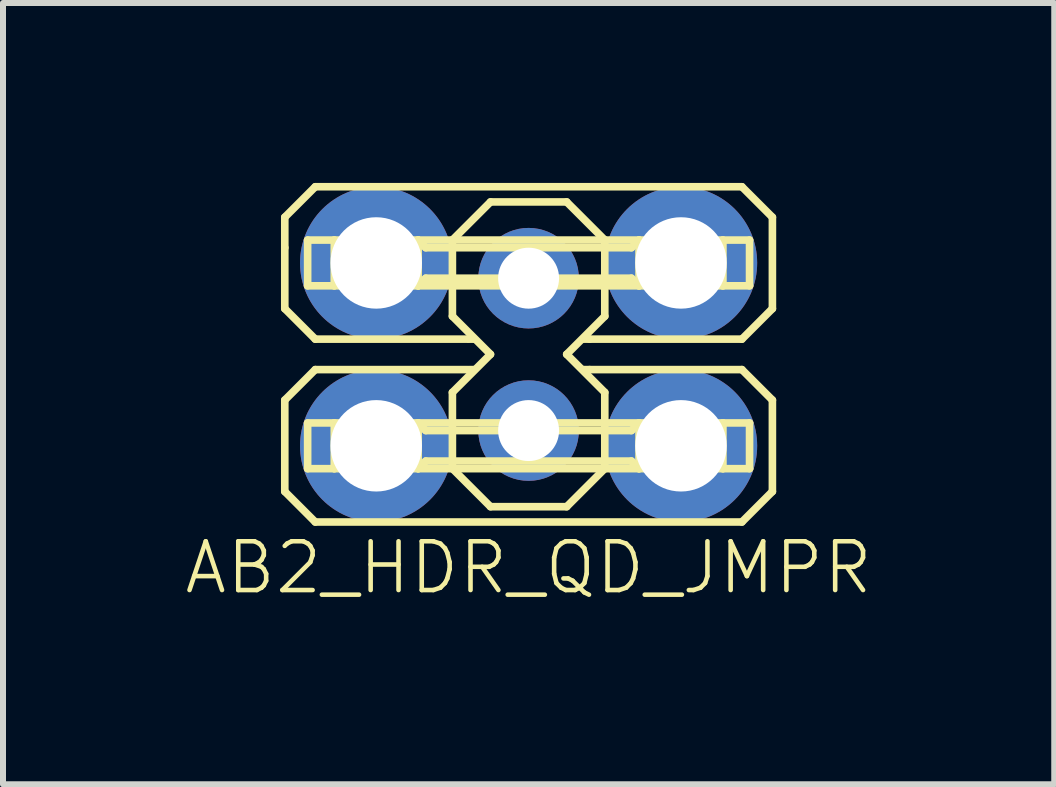
<source format=kicad_pcb>
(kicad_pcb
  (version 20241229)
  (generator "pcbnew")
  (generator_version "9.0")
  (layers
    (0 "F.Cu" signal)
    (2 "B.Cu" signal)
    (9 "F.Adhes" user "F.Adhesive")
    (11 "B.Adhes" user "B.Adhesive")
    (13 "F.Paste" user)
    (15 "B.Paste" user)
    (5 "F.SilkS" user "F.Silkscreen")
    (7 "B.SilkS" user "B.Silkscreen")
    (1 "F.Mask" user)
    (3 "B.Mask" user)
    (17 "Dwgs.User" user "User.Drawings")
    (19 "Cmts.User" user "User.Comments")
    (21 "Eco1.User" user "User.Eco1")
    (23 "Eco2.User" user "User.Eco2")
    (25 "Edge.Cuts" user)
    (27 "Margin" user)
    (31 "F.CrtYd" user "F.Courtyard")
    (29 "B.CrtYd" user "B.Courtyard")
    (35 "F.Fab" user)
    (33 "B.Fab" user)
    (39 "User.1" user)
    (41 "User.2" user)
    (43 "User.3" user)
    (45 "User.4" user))
  (footprint "AB2_HDR_QD_JMPR"
    (layer "F.Cu")
    (at 5.761 2.857)
    (property "Reference" "AB2_HDR_QD_JMPR" (at 0 3.556 0) (layer "F.SilkS") (effects (font (size 0.813 0.813) (thickness 0.076))))
    (attr through_hole)
    (fp_line (start -4.064 -2.286) (end -3.556 -2.794) (stroke (width 0.127) (type solid)) (layer "F.SilkS"))
    (fp_line (start -4.064 -1.778) (end -4.064 -2.286) (stroke (width 0.127) (type solid)) (layer "F.SilkS"))
    (fp_line (start -4.064 -1.778) (end -4.064 -0.762) (stroke (width 0.127) (type solid)) (layer "F.SilkS"))
    (fp_line (start -4.064 -0.762) (end -3.556 -0.254) (stroke (width 0.127) (type solid)) (layer "F.SilkS"))
    (fp_line (start -4.064 0.762) (end -3.556 0.254) (stroke (width 0.127) (type solid)) (layer "F.SilkS"))
    (fp_line (start -4.064 2.286) (end -4.064 0.762) (stroke (width 0.127) (type solid)) (layer "F.SilkS"))
    (fp_line (start -3.683 -1.905) (end -3.683 -1.143) (stroke (width 0.127) (type solid)) (layer "F.SilkS"))
    (fp_line (start -3.683 -1.143) (end -3.239 -1.143) (stroke (width 0.127) (type solid)) (layer "F.SilkS"))
    (fp_line (start -3.683 1.143) (end -3.683 1.905) (stroke (width 0.127) (type solid)) (layer "F.SilkS"))
    (fp_line (start -3.683 1.905) (end -3.239 1.905) (stroke (width 0.127) (type solid)) (layer "F.SilkS"))
    (fp_line (start -3.556 -2.794) (end 3.556 -2.794) (stroke (width 0.127) (type solid)) (layer "F.SilkS"))
    (fp_line (start -3.556 -0.254) (end -1.016 -0.254) (stroke (width 0.127) (type solid)) (layer "F.SilkS"))
    (fp_line (start -3.556 0.254) (end -1.016 0.254) (stroke (width 0.127) (type solid)) (layer "F.SilkS"))
    (fp_line (start -3.556 2.794) (end -4.064 2.286) (stroke (width 0.127) (type solid)) (layer "F.SilkS"))
    (fp_line (start -3.239 -1.905) (end -3.683 -1.905) (stroke (width 0.127) (type solid)) (layer "F.SilkS"))
    (fp_line (start -3.239 -1.905) (end -3.239 -1.143) (stroke (width 0.127) (type solid)) (layer "F.SilkS"))
    (fp_line (start -3.239 -1.143) (end -1.841 -1.143) (stroke (width 0.127) (type solid)) (layer "F.SilkS"))
    (fp_line (start -3.239 1.143) (end -3.683 1.143) (stroke (width 0.127) (type solid)) (layer "F.SilkS"))
    (fp_line (start -3.239 1.143) (end -3.239 1.905) (stroke (width 0.127) (type solid)) (layer "F.SilkS"))
    (fp_line (start -3.239 1.905) (end -1.841 1.905) (stroke (width 0.127) (type solid)) (layer "F.SilkS"))
    (fp_line (start -3.188 -1.753) (end -1.918 -1.753) (stroke (width 0.127) (type solid)) (layer "F.SilkS"))
    (fp_line (start -3.188 -1.499) (end -1.892 -1.499) (stroke (width 0.127) (type solid)) (layer "F.SilkS"))
    (fp_line (start -3.188 -1.295) (end -1.892 -1.295) (stroke (width 0.127) (type solid)) (layer "F.SilkS"))
    (fp_line (start -3.188 -1.194) (end -1.892 -1.194) (stroke (width 0.127) (type solid)) (layer "F.SilkS"))
    (fp_line (start -3.188 1.295) (end -1.918 1.295) (stroke (width 0.127) (type solid)) (layer "F.SilkS"))
    (fp_line (start -3.188 1.549) (end -1.892 1.549) (stroke (width 0.127) (type solid)) (layer "F.SilkS"))
    (fp_line (start -3.188 1.753) (end -1.892 1.753) (stroke (width 0.127) (type solid)) (layer "F.SilkS"))
    (fp_line (start -3.188 1.854) (end -1.892 1.854) (stroke (width 0.127) (type solid)) (layer "F.SilkS"))
    (fp_line (start -1.918 -1.829) (end -3.188 -1.829) (stroke (width 0.127) (type solid)) (layer "F.SilkS"))
    (fp_line (start -1.918 1.219) (end -3.188 1.219) (stroke (width 0.127) (type solid)) (layer "F.SilkS"))
    (fp_line (start -1.892 -1.626) (end -3.188 -1.626) (stroke (width 0.127) (type solid)) (layer "F.SilkS"))
    (fp_line (start -1.892 -1.397) (end -3.188 -1.397) (stroke (width 0.127) (type solid)) (layer "F.SilkS"))
    (fp_line (start -1.892 1.422) (end -3.188 1.422) (stroke (width 0.127) (type solid)) (layer "F.SilkS"))
    (fp_line (start -1.892 1.651) (end -3.188 1.651) (stroke (width 0.127) (type solid)) (layer "F.SilkS"))
    (fp_line (start -1.841 -1.905) (end -3.239 -1.905) (stroke (width 0.127) (type solid)) (layer "F.SilkS"))
    (fp_line (start -1.841 -1.905) (end 1.841 -1.905) (stroke (width 0.127) (type solid)) (layer "F.SilkS"))
    (fp_line (start -1.841 -1.143) (end -1.841 -1.905) (stroke (width 0.127) (type solid)) (layer "F.SilkS"))
    (fp_line (start -1.841 -1.143) (end -1.714 -1.27) (stroke (width 0.127) (type solid)) (layer "F.SilkS"))
    (fp_line (start -1.841 1.143) (end -3.239 1.143) (stroke (width 0.127) (type solid)) (layer "F.SilkS"))
    (fp_line (start -1.841 1.143) (end 1.841 1.143) (stroke (width 0.127) (type solid)) (layer "F.SilkS"))
    (fp_line (start -1.841 1.905) (end -1.841 1.143) (stroke (width 0.127) (type solid)) (layer "F.SilkS"))
    (fp_line (start -1.841 1.905) (end -1.714 1.778) (stroke (width 0.127) (type solid)) (layer "F.SilkS"))
    (fp_line (start -1.714 -1.778) (end -1.841 -1.905) (stroke (width 0.127) (type solid)) (layer "F.SilkS"))
    (fp_line (start -1.714 -1.27) (end 1.714 -1.27) (stroke (width 0.127) (type solid)) (layer "F.SilkS"))
    (fp_line (start -1.714 1.27) (end -1.841 1.143) (stroke (width 0.127) (type solid)) (layer "F.SilkS"))
    (fp_line (start -1.714 1.778) (end 1.714 1.778) (stroke (width 0.127) (type solid)) (layer "F.SilkS"))
    (fp_line (start -1.27 -1.906) (end -0.635 -2.541) (stroke (width 0.127) (type solid)) (layer "F.SilkS"))
    (fp_line (start -1.27 -0.636) (end -1.27 -1.906) (stroke (width 0.127) (type solid)) (layer "F.SilkS"))
    (fp_line (start -1.27 0.634) (end -0.635 -0.001) (stroke (width 0.127) (type solid)) (layer "F.SilkS"))
    (fp_line (start -1.27 1.904) (end -1.27 0.634) (stroke (width 0.127) (type solid)) (layer "F.SilkS"))
    (fp_line (start -0.991 -0.254) (end -0.914 -0.254) (stroke (width 0.127) (type solid)) (layer "F.SilkS"))
    (fp_line (start -0.991 0.254) (end -0.914 0.254) (stroke (width 0.127) (type solid)) (layer "F.SilkS"))
    (fp_line (start -0.635 -2.541) (end 0.635 -2.541) (stroke (width 0.127) (type solid)) (layer "F.SilkS"))
    (fp_line (start -0.635 -0.001) (end -1.27 -0.636) (stroke (width 0.127) (type solid)) (layer "F.SilkS"))
    (fp_line (start -0.635 2.539) (end -1.27 1.904) (stroke (width 0.127) (type solid)) (layer "F.SilkS"))
    (fp_line (start 0.635 -2.541) (end 1.27 -1.906) (stroke (width 0.127) (type solid)) (layer "F.SilkS"))
    (fp_line (start 0.635 -0.001) (end 1.27 0.634) (stroke (width 0.127) (type solid)) (layer "F.SilkS"))
    (fp_line (start 0.635 2.539) (end -0.635 2.539) (stroke (width 0.127) (type solid)) (layer "F.SilkS"))
    (fp_line (start 1.016 -0.254) (end 0.914 -0.254) (stroke (width 0.127) (type solid)) (layer "F.SilkS"))
    (fp_line (start 1.016 -0.254) (end 3.556 -0.254) (stroke (width 0.127) (type solid)) (layer "F.SilkS"))
    (fp_line (start 1.016 0.254) (end 0.914 0.254) (stroke (width 0.127) (type solid)) (layer "F.SilkS"))
    (fp_line (start 1.016 0.254) (end 3.556 0.254) (stroke (width 0.127) (type solid)) (layer "F.SilkS"))
    (fp_line (start 1.27 -1.906) (end 1.27 -0.636) (stroke (width 0.127) (type solid)) (layer "F.SilkS"))
    (fp_line (start 1.27 -0.636) (end 0.635 -0.001) (stroke (width 0.127) (type solid)) (layer "F.SilkS"))
    (fp_line (start 1.27 0.634) (end 1.27 1.904) (stroke (width 0.127) (type solid)) (layer "F.SilkS"))
    (fp_line (start 1.27 1.904) (end 0.635 2.539) (stroke (width 0.127) (type solid)) (layer "F.SilkS"))
    (fp_line (start 1.714 -1.778) (end -1.714 -1.778) (stroke (width 0.127) (type solid)) (layer "F.SilkS"))
    (fp_line (start 1.714 -1.27) (end 1.841 -1.143) (stroke (width 0.127) (type solid)) (layer "F.SilkS"))
    (fp_line (start 1.714 1.27) (end -1.714 1.27) (stroke (width 0.127) (type solid)) (layer "F.SilkS"))
    (fp_line (start 1.714 1.778) (end 1.841 1.905) (stroke (width 0.127) (type solid)) (layer "F.SilkS"))
    (fp_line (start 1.841 -1.905) (end 1.714 -1.778) (stroke (width 0.127) (type solid)) (layer "F.SilkS"))
    (fp_line (start 1.841 -1.905) (end 1.841 -1.143) (stroke (width 0.127) (type solid)) (layer "F.SilkS"))
    (fp_line (start 1.841 -1.143) (end -1.841 -1.143) (stroke (width 0.127) (type solid)) (layer "F.SilkS"))
    (fp_line (start 1.841 -1.143) (end 3.239 -1.143) (stroke (width 0.127) (type solid)) (layer "F.SilkS"))
    (fp_line (start 1.841 1.143) (end 1.714 1.27) (stroke (width 0.127) (type solid)) (layer "F.SilkS"))
    (fp_line (start 1.841 1.143) (end 1.841 1.905) (stroke (width 0.127) (type solid)) (layer "F.SilkS"))
    (fp_line (start 1.841 1.905) (end -1.841 1.905) (stroke (width 0.127) (type solid)) (layer "F.SilkS"))
    (fp_line (start 1.841 1.905) (end 3.239 1.905) (stroke (width 0.127) (type solid)) (layer "F.SilkS"))
    (fp_line (start 1.892 -1.753) (end 3.162 -1.753) (stroke (width 0.127) (type solid)) (layer "F.SilkS"))
    (fp_line (start 1.892 -1.499) (end 3.188 -1.499) (stroke (width 0.127) (type solid)) (layer "F.SilkS"))
    (fp_line (start 1.892 -1.295) (end 3.188 -1.295) (stroke (width 0.127) (type solid)) (layer "F.SilkS"))
    (fp_line (start 1.892 -1.194) (end 3.188 -1.194) (stroke (width 0.127) (type solid)) (layer "F.SilkS"))
    (fp_line (start 1.892 1.295) (end 3.162 1.295) (stroke (width 0.127) (type solid)) (layer "F.SilkS"))
    (fp_line (start 1.892 1.549) (end 3.188 1.549) (stroke (width 0.127) (type solid)) (layer "F.SilkS"))
    (fp_line (start 1.892 1.753) (end 3.188 1.753) (stroke (width 0.127) (type solid)) (layer "F.SilkS"))
    (fp_line (start 1.892 1.854) (end 3.188 1.854) (stroke (width 0.127) (type solid)) (layer "F.SilkS"))
    (fp_line (start 3.162 -1.829) (end 1.892 -1.829) (stroke (width 0.127) (type solid)) (layer "F.SilkS"))
    (fp_line (start 3.162 1.219) (end 1.892 1.219) (stroke (width 0.127) (type solid)) (layer "F.SilkS"))
    (fp_line (start 3.188 -1.626) (end 1.892 -1.626) (stroke (width 0.127) (type solid)) (layer "F.SilkS"))
    (fp_line (start 3.188 -1.397) (end 1.892 -1.397) (stroke (width 0.127) (type solid)) (layer "F.SilkS"))
    (fp_line (start 3.188 1.422) (end 1.892 1.422) (stroke (width 0.127) (type solid)) (layer "F.SilkS"))
    (fp_line (start 3.188 1.651) (end 1.892 1.651) (stroke (width 0.127) (type solid)) (layer "F.SilkS"))
    (fp_line (start 3.239 -1.905) (end 1.841 -1.905) (stroke (width 0.127) (type solid)) (layer "F.SilkS"))
    (fp_line (start 3.239 -1.905) (end 3.683 -1.905) (stroke (width 0.127) (type solid)) (layer "F.SilkS"))
    (fp_line (start 3.239 -1.143) (end 3.239 -1.905) (stroke (width 0.127) (type solid)) (layer "F.SilkS"))
    (fp_line (start 3.239 1.143) (end 1.841 1.143) (stroke (width 0.127) (type solid)) (layer "F.SilkS"))
    (fp_line (start 3.239 1.143) (end 3.683 1.143) (stroke (width 0.127) (type solid)) (layer "F.SilkS"))
    (fp_line (start 3.239 1.905) (end 3.239 1.143) (stroke (width 0.127) (type solid)) (layer "F.SilkS"))
    (fp_line (start 3.556 -2.794) (end 4.064 -2.286) (stroke (width 0.127) (type solid)) (layer "F.SilkS"))
    (fp_line (start 3.556 -0.254) (end 4.064 -0.762) (stroke (width 0.127) (type solid)) (layer "F.SilkS"))
    (fp_line (start 3.556 0.254) (end 4.064 0.762) (stroke (width 0.127) (type solid)) (layer "F.SilkS"))
    (fp_line (start 3.556 2.794) (end -3.556 2.794) (stroke (width 0.127) (type solid)) (layer "F.SilkS"))
    (fp_line (start 3.683 -1.905) (end 3.683 -1.143) (stroke (width 0.127) (type solid)) (layer "F.SilkS"))
    (fp_line (start 3.683 -1.143) (end 3.239 -1.143) (stroke (width 0.127) (type solid)) (layer "F.SilkS"))
    (fp_line (start 3.683 1.143) (end 3.683 1.905) (stroke (width 0.127) (type solid)) (layer "F.SilkS"))
    (fp_line (start 3.683 1.905) (end 3.239 1.905) (stroke (width 0.127) (type solid)) (layer "F.SilkS"))
    (fp_line (start 4.064 -0.762) (end 4.064 -2.286) (stroke (width 0.127) (type solid)) (layer "F.SilkS"))
    (fp_line (start 4.064 0.762) (end 4.064 2.286) (stroke (width 0.127) (type solid)) (layer "F.SilkS"))
    (fp_line (start 4.064 2.286) (end 3.556 2.794) (stroke (width 0.127) (type solid)) (layer "F.SilkS"))
    (pad "1" thru_hole circle (at -2.54 -1.524) (size 2.54 2.54) (drill 1.524) (layers "*.Cu" "*.Mask"))
    (pad "1" thru_hole circle (at 0 -1.27) (size 1.676 1.676) (drill 1.016) (layers "*.Cu" "*.Mask"))
    (pad "1" thru_hole circle (at 2.54 -1.524) (size 2.54 2.54) (drill 1.524) (layers "*.Cu" "*.Mask"))
    (pad "2" thru_hole circle (at -2.54 1.524) (size 2.54 2.54) (drill 1.524) (layers "*.Cu" "*.Mask"))
    (pad "2" thru_hole circle (at 0 1.27) (size 1.676 1.676) (drill 1.016) (layers "*.Cu" "*.Mask"))
    (pad "2" thru_hole circle (at 2.54 1.524) (size 2.54 2.54) (drill 1.524) (layers "*.Cu" "*.Mask")))
  (gr_rect
    (start -3 -3)
    (end 14.523 10.023)
    (stroke (width 0.1) (type default))
    (fill no)
    (layer "Edge.Cuts")))
</source>
